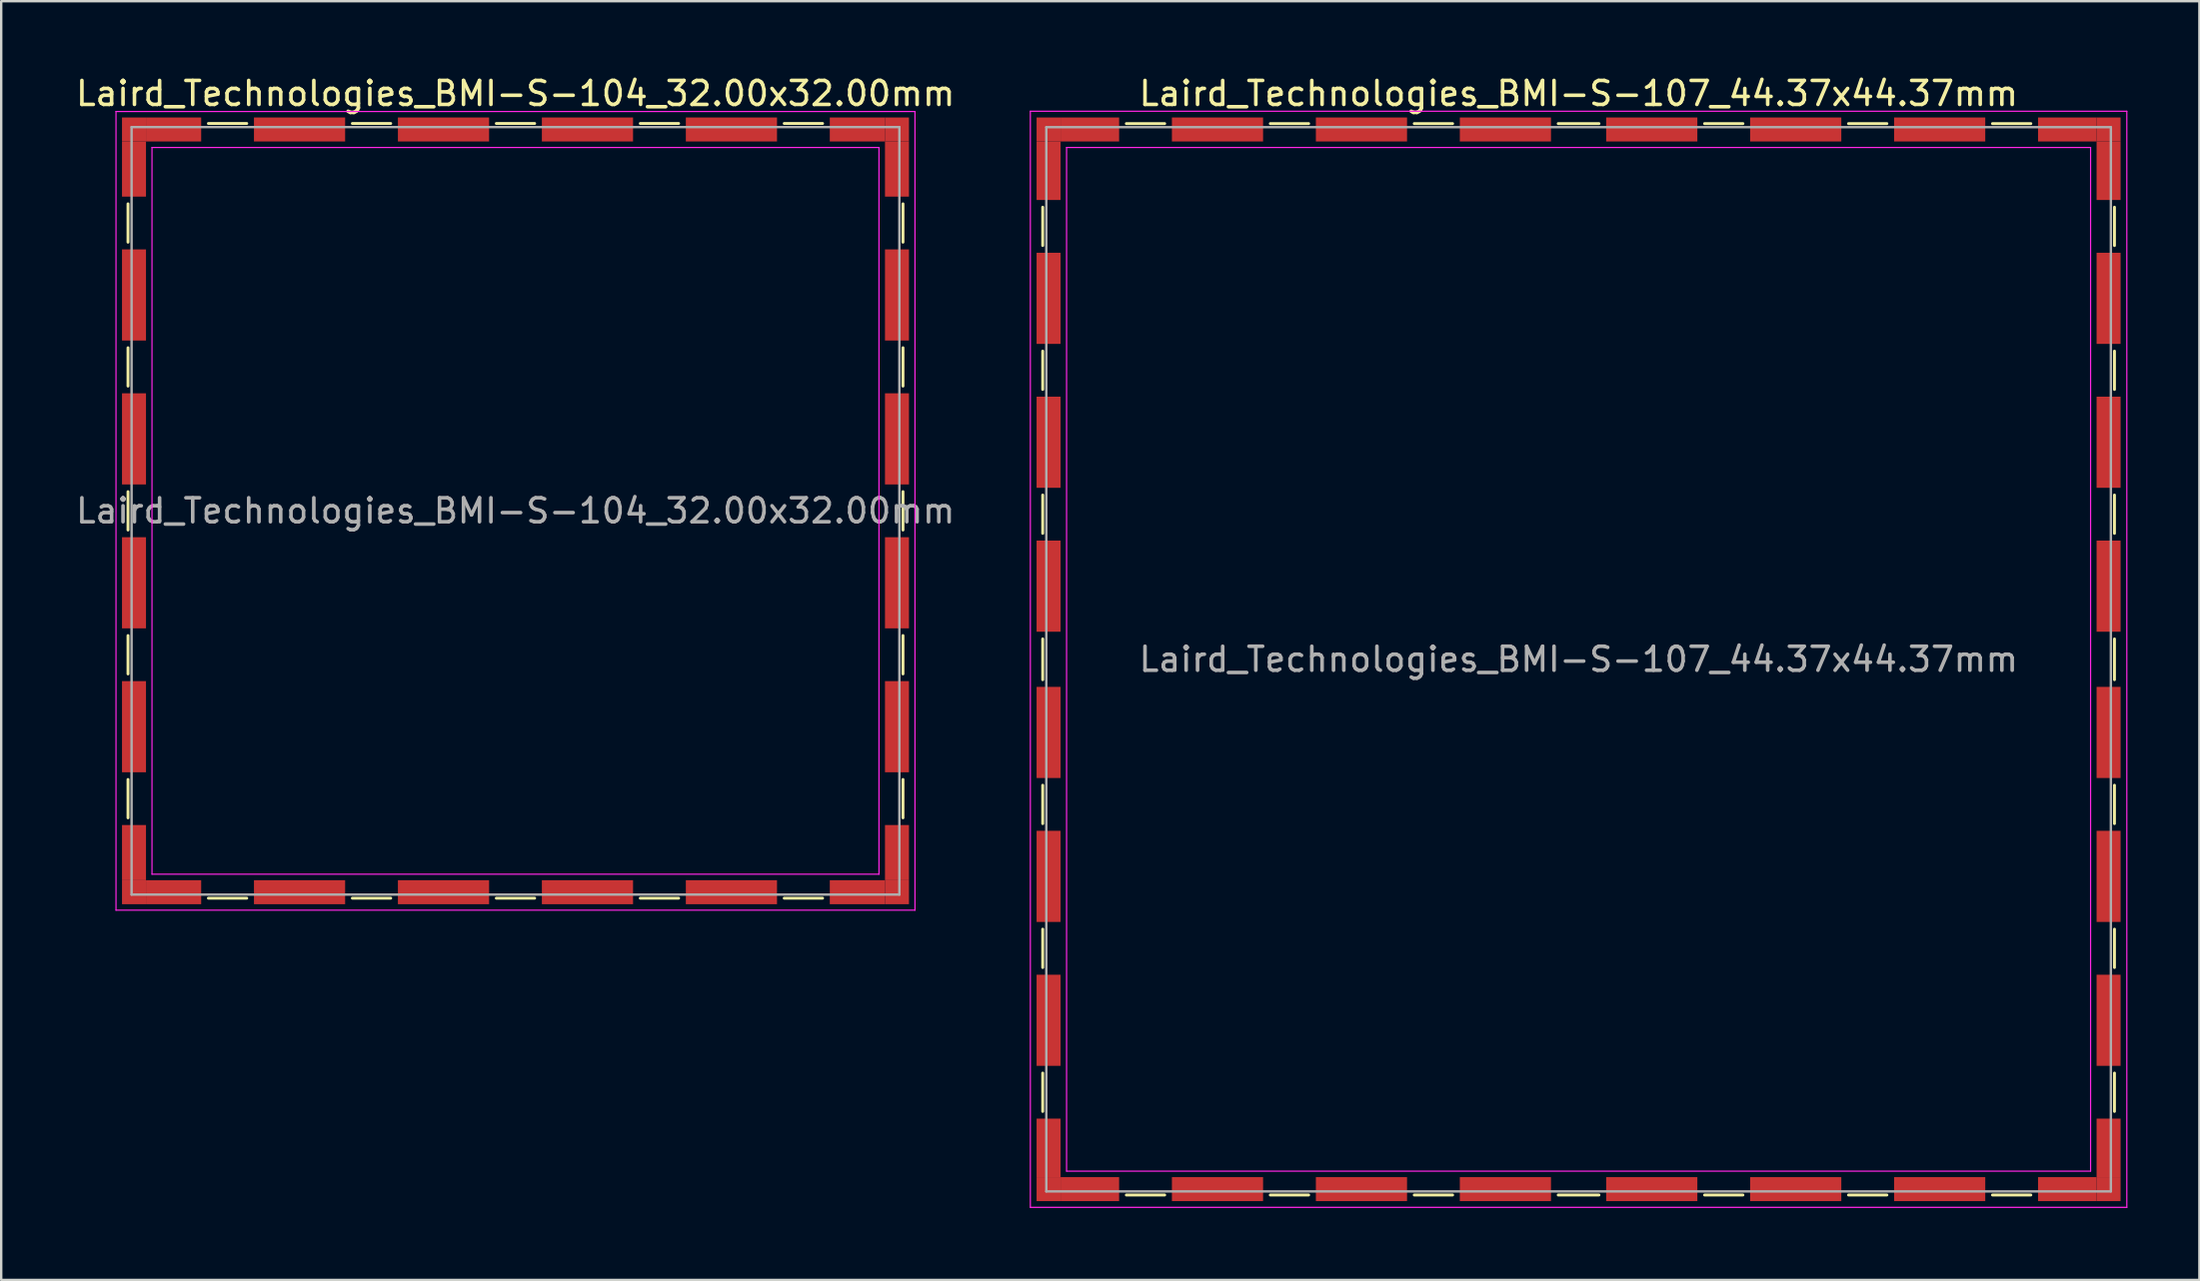
<source format=kicad_pcb>
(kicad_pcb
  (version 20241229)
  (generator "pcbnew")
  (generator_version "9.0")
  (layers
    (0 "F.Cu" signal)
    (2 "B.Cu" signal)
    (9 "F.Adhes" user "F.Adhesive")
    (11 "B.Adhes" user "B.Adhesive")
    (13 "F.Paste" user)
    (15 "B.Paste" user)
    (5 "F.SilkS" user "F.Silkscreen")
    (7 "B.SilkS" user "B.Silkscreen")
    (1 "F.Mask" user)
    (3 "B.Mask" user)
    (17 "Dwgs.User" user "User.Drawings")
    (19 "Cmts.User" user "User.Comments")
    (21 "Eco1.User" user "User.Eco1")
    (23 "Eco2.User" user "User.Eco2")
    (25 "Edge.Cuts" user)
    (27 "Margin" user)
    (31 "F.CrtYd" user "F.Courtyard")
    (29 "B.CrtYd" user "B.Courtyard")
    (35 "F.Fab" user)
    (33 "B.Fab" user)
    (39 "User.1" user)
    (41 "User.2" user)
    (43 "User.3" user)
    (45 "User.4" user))
  (footprint "Laird_Technologies_BMI-S-107_44.37x44.37mm"
    (layer "F.Cu")
    (at 62.744 24.438)
    (property "Reference" "Laird_Technologies_BMI-S-107_44.37x44.37mm" (at 0 -23.59 0) (layer "F.SilkS") (effects (font (size 1 1) (thickness 0.15))))
    (attr smd)
    (fp_line (start -22.335 -18.85) (end -22.335 -17.25) (stroke (width 0.12) (type solid)) (layer "F.SilkS"))
    (fp_line (start -22.335 -12.85) (end -22.335 -11.25) (stroke (width 0.12) (type solid)) (layer "F.SilkS"))
    (fp_line (start -22.335 -6.85) (end -22.335 -5.25) (stroke (width 0.12) (type solid)) (layer "F.SilkS"))
    (fp_line (start -22.335 -0.85) (end -22.335 0.85) (stroke (width 0.12) (type solid)) (layer "F.SilkS"))
    (fp_line (start -22.335 5.25) (end -22.335 6.85) (stroke (width 0.12) (type solid)) (layer "F.SilkS"))
    (fp_line (start -22.335 11.25) (end -22.335 12.85) (stroke (width 0.12) (type solid)) (layer "F.SilkS"))
    (fp_line (start -22.335 17.25) (end -22.335 18.85) (stroke (width 0.12) (type solid)) (layer "F.SilkS"))
    (fp_line (start -18.85 -22.335) (end -17.25 -22.335) (stroke (width 0.12) (type solid)) (layer "F.SilkS"))
    (fp_line (start -18.85 22.335) (end -17.25 22.335) (stroke (width 0.12) (type solid)) (layer "F.SilkS"))
    (fp_line (start -12.85 -22.335) (end -11.25 -22.335) (stroke (width 0.12) (type solid)) (layer "F.SilkS"))
    (fp_line (start -12.85 22.335) (end -11.25 22.335) (stroke (width 0.12) (type solid)) (layer "F.SilkS"))
    (fp_line (start -6.85 -22.335) (end -5.25 -22.335) (stroke (width 0.12) (type solid)) (layer "F.SilkS"))
    (fp_line (start -6.85 22.335) (end -5.25 22.335) (stroke (width 0.12) (type solid)) (layer "F.SilkS"))
    (fp_line (start -0.85 -22.335) (end 0.85 -22.335) (stroke (width 0.12) (type solid)) (layer "F.SilkS"))
    (fp_line (start -0.85 22.335) (end 0.85 22.335) (stroke (width 0.12) (type solid)) (layer "F.SilkS"))
    (fp_line (start 5.25 -22.335) (end 6.85 -22.335) (stroke (width 0.12) (type solid)) (layer "F.SilkS"))
    (fp_line (start 5.25 22.335) (end 6.85 22.335) (stroke (width 0.12) (type solid)) (layer "F.SilkS"))
    (fp_line (start 11.25 -22.335) (end 12.85 -22.335) (stroke (width 0.12) (type solid)) (layer "F.SilkS"))
    (fp_line (start 11.25 22.335) (end 12.85 22.335) (stroke (width 0.12) (type solid)) (layer "F.SilkS"))
    (fp_line (start 17.25 -22.335) (end 18.85 -22.335) (stroke (width 0.12) (type solid)) (layer "F.SilkS"))
    (fp_line (start 17.25 22.335) (end 18.85 22.335) (stroke (width 0.12) (type solid)) (layer "F.SilkS"))
    (fp_line (start 22.335 -18.85) (end 22.335 -17.25) (stroke (width 0.12) (type solid)) (layer "F.SilkS"))
    (fp_line (start 22.335 -12.85) (end 22.335 -11.25) (stroke (width 0.12) (type solid)) (layer "F.SilkS"))
    (fp_line (start 22.335 -6.85) (end 22.335 -5.25) (stroke (width 0.12) (type solid)) (layer "F.SilkS"))
    (fp_line (start 22.335 -0.85) (end 22.335 0.85) (stroke (width 0.12) (type solid)) (layer "F.SilkS"))
    (fp_line (start 22.335 5.25) (end 22.335 6.85) (stroke (width 0.12) (type solid)) (layer "F.SilkS"))
    (fp_line (start 22.335 11.25) (end 22.335 12.85) (stroke (width 0.12) (type solid)) (layer "F.SilkS"))
    (fp_line (start 22.335 17.25) (end 22.335 18.85) (stroke (width 0.12) (type solid)) (layer "F.SilkS"))
    (fp_line (start -22.85 -22.85) (end -22.85 22.85) (stroke (width 0.05) (type solid)) (layer "F.CrtYd"))
    (fp_line (start -22.85 22.85) (end 22.85 22.85) (stroke (width 0.05) (type solid)) (layer "F.CrtYd"))
    (fp_line (start -21.34 -21.34) (end -21.34 21.34) (stroke (width 0.05) (type solid)) (layer "F.CrtYd"))
    (fp_line (start 21.34 -21.34) (end -21.34 -21.34) (stroke (width 0.05) (type solid)) (layer "F.CrtYd"))
    (fp_line (start 21.34 -21.34) (end 21.34 21.34) (stroke (width 0.05) (type solid)) (layer "F.CrtYd"))
    (fp_line (start 21.34 21.34) (end -21.34 21.34) (stroke (width 0.05) (type solid)) (layer "F.CrtYd"))
    (fp_line (start 22.85 -22.85) (end -22.85 -22.85) (stroke (width 0.05) (type solid)) (layer "F.CrtYd"))
    (fp_line (start 22.85 22.85) (end 22.85 -22.85) (stroke (width 0.05) (type solid)) (layer "F.CrtYd"))
    (fp_line (start -22.185 -22.185) (end -22.185 22.185) (stroke (width 0.1) (type solid)) (layer "F.Fab"))
    (fp_line (start -22.185 22.185) (end 22.185 22.185) (stroke (width 0.1) (type solid)) (layer "F.Fab"))
    (fp_line (start 22.185 -22.185) (end -22.185 -22.185) (stroke (width 0.1) (type solid)) (layer "F.Fab"))
    (fp_line (start 22.185 22.185) (end 22.185 -22.185) (stroke (width 0.1) (type solid)) (layer "F.Fab"))
    (fp_text user "${REFERENCE}" (at 0 0 0) (layer "F.Fab") (effects (font (size 1 1) (thickness 0.15))))
    (pad "1" smd rect (at -22.09 -22.09) (size 1 1) (layers "F.Cu" "F.Mask" "F.Paste"))
    (pad "1" smd rect (at -22.09 -20.37) (size 1 2.44) (layers "F.Cu" "F.Mask" "F.Paste"))
    (pad "1" smd rect (at -22.09 -15.05) (size 1 3.8) (layers "F.Cu" "F.Mask" "F.Paste"))
    (pad "1" smd rect (at -22.09 -9.05) (size 1 3.8) (layers "F.Cu" "F.Mask" "F.Paste"))
    (pad "1" smd rect (at -22.09 -3.05) (size 1 3.8) (layers "F.Cu" "F.Mask" "F.Paste"))
    (pad "1" smd rect (at -22.09 3.05) (size 1 3.8) (layers "F.Cu" "F.Mask" "F.Paste"))
    (pad "1" smd rect (at -22.09 9.05) (size 1 3.8) (layers "F.Cu" "F.Mask" "F.Paste"))
    (pad "1" smd rect (at -22.09 15.05) (size 1 3.8) (layers "F.Cu" "F.Mask" "F.Paste"))
    (pad "1" smd rect (at -22.09 20.37) (size 1 2.44) (layers "F.Cu" "F.Mask" "F.Paste"))
    (pad "1" smd rect (at -22.09 22.09) (size 1 1) (layers "F.Cu" "F.Mask" "F.Paste"))
    (pad "1" smd rect (at -20.37 -22.09) (size 2.44 1) (layers "F.Cu" "F.Mask" "F.Paste"))
    (pad "1" smd rect (at -20.37 22.09) (size 2.44 1) (layers "F.Cu" "F.Mask" "F.Paste"))
    (pad "1" smd rect (at -15.05 -22.09) (size 3.8 1) (layers "F.Cu" "F.Mask" "F.Paste"))
    (pad "1" smd rect (at -15.05 22.09) (size 3.8 1) (layers "F.Cu" "F.Mask" "F.Paste"))
    (pad "1" smd rect (at -9.05 -22.09) (size 3.8 1) (layers "F.Cu" "F.Mask" "F.Paste"))
    (pad "1" smd rect (at -9.05 22.09) (size 3.8 1) (layers "F.Cu" "F.Mask" "F.Paste"))
    (pad "1" smd rect (at -3.05 -22.09) (size 3.8 1) (layers "F.Cu" "F.Mask" "F.Paste"))
    (pad "1" smd rect (at -3.05 22.09) (size 3.8 1) (layers "F.Cu" "F.Mask" "F.Paste"))
    (pad "1" smd rect (at 3.05 -22.09) (size 3.8 1) (layers "F.Cu" "F.Mask" "F.Paste"))
    (pad "1" smd rect (at 3.05 22.09) (size 3.8 1) (layers "F.Cu" "F.Mask" "F.Paste"))
    (pad "1" smd rect (at 9.05 -22.09) (size 3.8 1) (layers "F.Cu" "F.Mask" "F.Paste"))
    (pad "1" smd rect (at 9.05 22.09) (size 3.8 1) (layers "F.Cu" "F.Mask" "F.Paste"))
    (pad "1" smd rect (at 15.05 -22.09) (size 3.8 1) (layers "F.Cu" "F.Mask" "F.Paste"))
    (pad "1" smd rect (at 15.05 22.09) (size 3.8 1) (layers "F.Cu" "F.Mask" "F.Paste"))
    (pad "1" smd rect (at 20.37 -22.09) (size 2.44 1) (layers "F.Cu" "F.Mask" "F.Paste"))
    (pad "1" smd rect (at 20.37 22.09) (size 2.44 1) (layers "F.Cu" "F.Mask" "F.Paste"))
    (pad "1" smd rect (at 22.09 -22.09) (size 1 1) (layers "F.Cu" "F.Mask" "F.Paste"))
    (pad "1" smd rect (at 22.09 -20.37) (size 1 2.44) (layers "F.Cu" "F.Mask" "F.Paste"))
    (pad "1" smd rect (at 22.09 -15.05) (size 1 3.8) (layers "F.Cu" "F.Mask" "F.Paste"))
    (pad "1" smd rect (at 22.09 -9.05) (size 1 3.8) (layers "F.Cu" "F.Mask" "F.Paste"))
    (pad "1" smd rect (at 22.09 -3.05) (size 1 3.8) (layers "F.Cu" "F.Mask" "F.Paste"))
    (pad "1" smd rect (at 22.09 3.05) (size 1 3.8) (layers "F.Cu" "F.Mask" "F.Paste"))
    (pad "1" smd rect (at 22.09 9.05) (size 1 3.8) (layers "F.Cu" "F.Mask" "F.Paste"))
    (pad "1" smd rect (at 22.09 15.05) (size 1 3.8) (layers "F.Cu" "F.Mask" "F.Paste"))
    (pad "1" smd rect (at 22.09 20.37) (size 1 2.44) (layers "F.Cu" "F.Mask" "F.Paste"))
    (pad "1" smd rect (at 22.09 22.09) (size 1 1) (layers "F.Cu" "F.Mask" "F.Paste")))
  (footprint "Laird_Technologies_BMI-S-104_32.00x32.00mm"
    (layer "F.Cu")
    (at 18.435 18.248)
    (property "Reference" "Laird_Technologies_BMI-S-104_32.00x32.00mm" (at 0 -17.4 0) (layer "F.SilkS") (effects (font (size 1 1) (thickness 0.15))))
    (attr smd)
    (fp_line (start -16.15 -12.8) (end -16.15 -11.2) (stroke (width 0.12) (type solid)) (layer "F.SilkS"))
    (fp_line (start -16.15 -6.8) (end -16.15 -5.2) (stroke (width 0.12) (type solid)) (layer "F.SilkS"))
    (fp_line (start -16.15 -0.8) (end -16.15 0.8) (stroke (width 0.12) (type solid)) (layer "F.SilkS"))
    (fp_line (start -16.15 5.2) (end -16.15 6.8) (stroke (width 0.12) (type solid)) (layer "F.SilkS"))
    (fp_line (start -16.15 11.2) (end -16.15 12.8) (stroke (width 0.12) (type solid)) (layer "F.SilkS"))
    (fp_line (start -12.8 -16.15) (end -11.2 -16.15) (stroke (width 0.12) (type solid)) (layer "F.SilkS"))
    (fp_line (start -12.8 16.15) (end -11.2 16.15) (stroke (width 0.12) (type solid)) (layer "F.SilkS"))
    (fp_line (start -6.8 -16.15) (end -5.2 -16.15) (stroke (width 0.12) (type solid)) (layer "F.SilkS"))
    (fp_line (start -6.8 16.15) (end -5.2 16.15) (stroke (width 0.12) (type solid)) (layer "F.SilkS"))
    (fp_line (start -0.8 -16.15) (end 0.8 -16.15) (stroke (width 0.12) (type solid)) (layer "F.SilkS"))
    (fp_line (start -0.8 16.15) (end 0.8 16.15) (stroke (width 0.12) (type solid)) (layer "F.SilkS"))
    (fp_line (start 5.2 -16.15) (end 6.8 -16.15) (stroke (width 0.12) (type solid)) (layer "F.SilkS"))
    (fp_line (start 5.2 16.15) (end 6.8 16.15) (stroke (width 0.12) (type solid)) (layer "F.SilkS"))
    (fp_line (start 11.2 -16.15) (end 12.8 -16.15) (stroke (width 0.12) (type solid)) (layer "F.SilkS"))
    (fp_line (start 11.2 16.15) (end 12.8 16.15) (stroke (width 0.12) (type solid)) (layer "F.SilkS"))
    (fp_line (start 16.15 -12.8) (end 16.15 -11.2) (stroke (width 0.12) (type solid)) (layer "F.SilkS"))
    (fp_line (start 16.15 -6.8) (end 16.15 -5.2) (stroke (width 0.12) (type solid)) (layer "F.SilkS"))
    (fp_line (start 16.15 -0.8) (end 16.15 0.8) (stroke (width 0.12) (type solid)) (layer "F.SilkS"))
    (fp_line (start 16.15 5.2) (end 16.15 6.8) (stroke (width 0.12) (type solid)) (layer "F.SilkS"))
    (fp_line (start 16.15 11.2) (end 16.15 12.8) (stroke (width 0.12) (type solid)) (layer "F.SilkS"))
    (fp_line (start -16.65 -16.65) (end -16.65 16.65) (stroke (width 0.05) (type solid)) (layer "F.CrtYd"))
    (fp_line (start -16.65 16.65) (end 16.65 16.65) (stroke (width 0.05) (type solid)) (layer "F.CrtYd"))
    (fp_line (start -15.15 -15.15) (end -15.15 15.15) (stroke (width 0.05) (type solid)) (layer "F.CrtYd"))
    (fp_line (start 15.15 -15.15) (end -15.15 -15.15) (stroke (width 0.05) (type solid)) (layer "F.CrtYd"))
    (fp_line (start 15.15 -15.15) (end 15.15 15.15) (stroke (width 0.05) (type solid)) (layer "F.CrtYd"))
    (fp_line (start 15.15 15.15) (end -15.15 15.15) (stroke (width 0.05) (type solid)) (layer "F.CrtYd"))
    (fp_line (start 16.65 -16.65) (end -16.65 -16.65) (stroke (width 0.05) (type solid)) (layer "F.CrtYd"))
    (fp_line (start 16.65 16.65) (end 16.65 -16.65) (stroke (width 0.05) (type solid)) (layer "F.CrtYd"))
    (fp_line (start -16 -16) (end -16 16) (stroke (width 0.1) (type solid)) (layer "F.Fab"))
    (fp_line (start -16 16) (end 16 16) (stroke (width 0.1) (type solid)) (layer "F.Fab"))
    (fp_line (start 16 -16) (end -16 -16) (stroke (width 0.1) (type solid)) (layer "F.Fab"))
    (fp_line (start 16 16) (end 16 -16) (stroke (width 0.1) (type solid)) (layer "F.Fab"))
    (fp_text user "${REFERENCE}" (at 0 0 0) (layer "F.Fab") (effects (font (size 1 1) (thickness 0.15))))
    (pad "1" smd rect (at -15.9 -15.9) (size 1 1) (layers "F.Cu" "F.Mask" "F.Paste"))
    (pad "1" smd rect (at -15.9 -14.25) (size 1 2.3) (layers "F.Cu" "F.Mask" "F.Paste"))
    (pad "1" smd rect (at -15.9 -9) (size 1 3.8) (layers "F.Cu" "F.Mask" "F.Paste"))
    (pad "1" smd rect (at -15.9 -3) (size 1 3.8) (layers "F.Cu" "F.Mask" "F.Paste"))
    (pad "1" smd rect (at -15.9 3) (size 1 3.8) (layers "F.Cu" "F.Mask" "F.Paste"))
    (pad "1" smd rect (at -15.9 9) (size 1 3.8) (layers "F.Cu" "F.Mask" "F.Paste"))
    (pad "1" smd rect (at -15.9 14.25) (size 1 2.3) (layers "F.Cu" "F.Mask" "F.Paste"))
    (pad "1" smd rect (at -15.9 15.9) (size 1 1) (layers "F.Cu" "F.Mask" "F.Paste"))
    (pad "1" smd rect (at -14.25 -15.9) (size 2.3 1) (layers "F.Cu" "F.Mask" "F.Paste"))
    (pad "1" smd rect (at -14.25 15.9) (size 2.3 1) (layers "F.Cu" "F.Mask" "F.Paste"))
    (pad "1" smd rect (at -9 -15.9) (size 3.8 1) (layers "F.Cu" "F.Mask" "F.Paste"))
    (pad "1" smd rect (at -9 15.9) (size 3.8 1) (layers "F.Cu" "F.Mask" "F.Paste"))
    (pad "1" smd rect (at -3 -15.9) (size 3.8 1) (layers "F.Cu" "F.Mask" "F.Paste"))
    (pad "1" smd rect (at -3 15.9) (size 3.8 1) (layers "F.Cu" "F.Mask" "F.Paste"))
    (pad "1" smd rect (at 3 -15.9) (size 3.8 1) (layers "F.Cu" "F.Mask" "F.Paste"))
    (pad "1" smd rect (at 3 15.9) (size 3.8 1) (layers "F.Cu" "F.Mask" "F.Paste"))
    (pad "1" smd rect (at 9 -15.9) (size 3.8 1) (layers "F.Cu" "F.Mask" "F.Paste"))
    (pad "1" smd rect (at 9 15.9) (size 3.8 1) (layers "F.Cu" "F.Mask" "F.Paste"))
    (pad "1" smd rect (at 14.25 -15.9) (size 2.3 1) (layers "F.Cu" "F.Mask" "F.Paste"))
    (pad "1" smd rect (at 14.25 15.9) (size 2.3 1) (layers "F.Cu" "F.Mask" "F.Paste"))
    (pad "1" smd rect (at 15.9 -15.9) (size 1 1) (layers "F.Cu" "F.Mask" "F.Paste"))
    (pad "1" smd rect (at 15.9 -14.25) (size 1 2.3) (layers "F.Cu" "F.Mask" "F.Paste"))
    (pad "1" smd rect (at 15.9 -9) (size 1 3.8) (layers "F.Cu" "F.Mask" "F.Paste"))
    (pad "1" smd rect (at 15.9 -3) (size 1 3.8) (layers "F.Cu" "F.Mask" "F.Paste"))
    (pad "1" smd rect (at 15.9 3) (size 1 3.8) (layers "F.Cu" "F.Mask" "F.Paste"))
    (pad "1" smd rect (at 15.9 9) (size 1 3.8) (layers "F.Cu" "F.Mask" "F.Paste"))
    (pad "1" smd rect (at 15.9 14.25) (size 1 2.3) (layers "F.Cu" "F.Mask" "F.Paste"))
    (pad "1" smd rect (at 15.9 15.9) (size 1 1) (layers "F.Cu" "F.Mask" "F.Paste")))
  (gr_rect
    (start -3 -3)
    (end 88.619 50.313)
    (stroke (width 0.1) (type default))
    (fill no)
    (layer "Edge.Cuts")))
</source>
